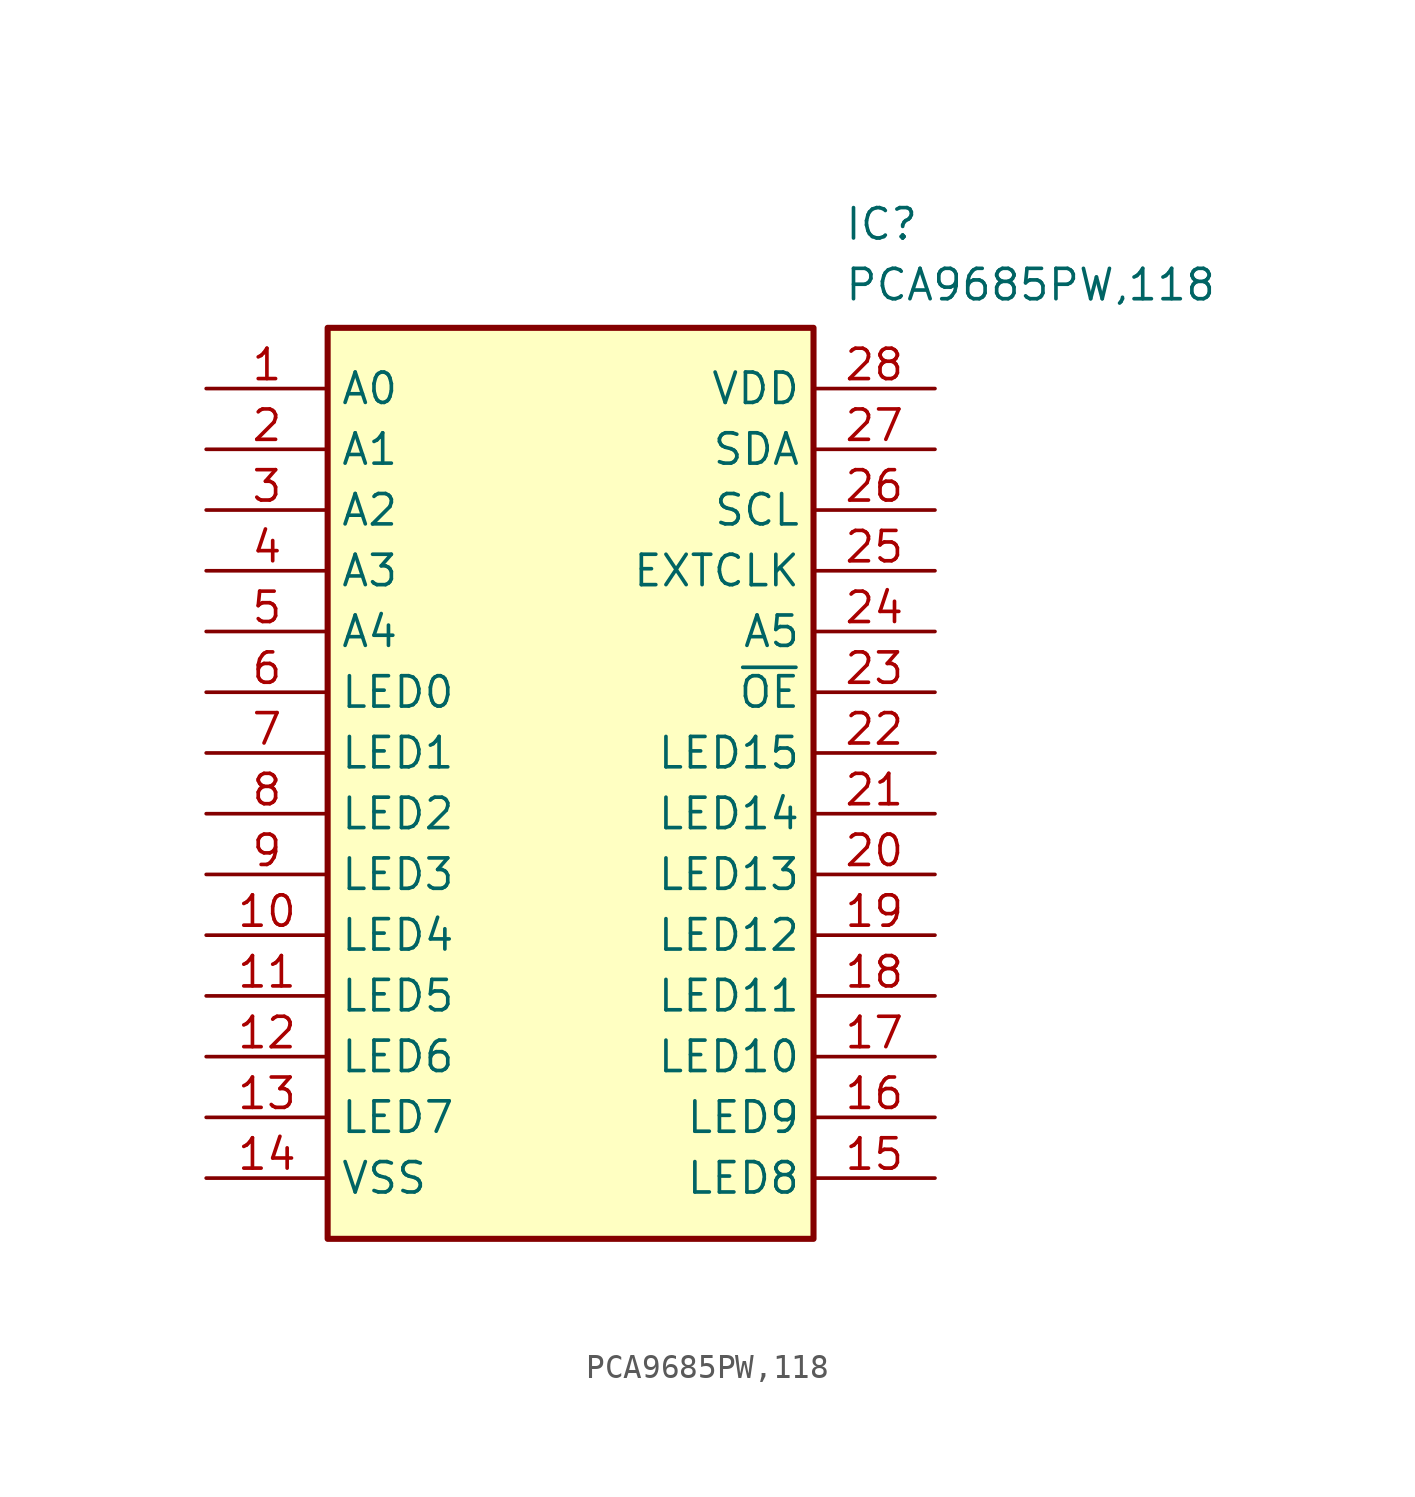
<source format=kicad_sym>
(kicad_symbol_lib
  (version 20231120)
  (generator "kicad_symbol_editor")
  (generator_version "8.0")
  (symbol "PCA9685PW,118"
    (property "Reference" "IC"
      (at 26.67 7.62 0)
      (effects (font (size 1.27 1.27)) (justify left top)))
    (property "Value" "PCA9685PW,118"
      (at 26.67 5.08 0)
      (effects (font (size 1.27 1.27)) (justify left top)))
    (symbol "PCA9685PW,118_1_1"
      (rectangle (start 5.08 2.54) (end 25.4 -35.56) (stroke (width 0.254) (type default)) (fill (type background)))
      (pin passive line (at 0 0 0) (length 5.08) (name "A0" (effects (font (size 1.27 1.27)))) (number "1" (effects (font (size 1.27 1.27)))))
      (pin passive line (at 0 -22.86 0) (length 5.08) (name "LED4" (effects (font (size 1.27 1.27)))) (number "10" (effects (font (size 1.27 1.27)))))
      (pin passive line (at 0 -25.4 0) (length 5.08) (name "LED5" (effects (font (size 1.27 1.27)))) (number "11" (effects (font (size 1.27 1.27)))))
      (pin passive line (at 0 -27.94 0) (length 5.08) (name "LED6" (effects (font (size 1.27 1.27)))) (number "12" (effects (font (size 1.27 1.27)))))
      (pin passive line (at 0 -30.48 0) (length 5.08) (name "LED7" (effects (font (size 1.27 1.27)))) (number "13" (effects (font (size 1.27 1.27)))))
      (pin passive line (at 0 -33.02 0) (length 5.08) (name "VSS" (effects (font (size 1.27 1.27)))) (number "14" (effects (font (size 1.27 1.27)))))
      (pin passive line (at 30.48 -33.02 180) (length 5.08) (name "LED8" (effects (font (size 1.27 1.27)))) (number "15" (effects (font (size 1.27 1.27)))))
      (pin passive line (at 30.48 -30.48 180) (length 5.08) (name "LED9" (effects (font (size 1.27 1.27)))) (number "16" (effects (font (size 1.27 1.27)))))
      (pin passive line (at 30.48 -27.94 180) (length 5.08) (name "LED10" (effects (font (size 1.27 1.27)))) (number "17" (effects (font (size 1.27 1.27)))))
      (pin passive line (at 30.48 -25.4 180) (length 5.08) (name "LED11" (effects (font (size 1.27 1.27)))) (number "18" (effects (font (size 1.27 1.27)))))
      (pin passive line (at 30.48 -22.86 180) (length 5.08) (name "LED12" (effects (font (size 1.27 1.27)))) (number "19" (effects (font (size 1.27 1.27)))))
      (pin passive line (at 0 -2.54 0) (length 5.08) (name "A1" (effects (font (size 1.27 1.27)))) (number "2" (effects (font (size 1.27 1.27)))))
      (pin passive line (at 30.48 -20.32 180) (length 5.08) (name "LED13" (effects (font (size 1.27 1.27)))) (number "20" (effects (font (size 1.27 1.27)))))
      (pin passive line (at 30.48 -17.78 180) (length 5.08) (name "LED14" (effects (font (size 1.27 1.27)))) (number "21" (effects (font (size 1.27 1.27)))))
      (pin passive line (at 30.48 -15.24 180) (length 5.08) (name "LED15" (effects (font (size 1.27 1.27)))) (number "22" (effects (font (size 1.27 1.27)))))
      (pin passive line (at 30.48 -12.7 180) (length 5.08) (name "~{OE}" (effects (font (size 1.27 1.27)))) (number "23" (effects (font (size 1.27 1.27)))))
      (pin passive line (at 30.48 -10.16 180) (length 5.08) (name "A5" (effects (font (size 1.27 1.27)))) (number "24" (effects (font (size 1.27 1.27)))))
      (pin passive line (at 30.48 -7.62 180) (length 5.08) (name "EXTCLK" (effects (font (size 1.27 1.27)))) (number "25" (effects (font (size 1.27 1.27)))))
      (pin passive line (at 30.48 -5.08 180) (length 5.08) (name "SCL" (effects (font (size 1.27 1.27)))) (number "26" (effects (font (size 1.27 1.27)))))
      (pin passive line (at 30.48 -2.54 180) (length 5.08) (name "SDA" (effects (font (size 1.27 1.27)))) (number "27" (effects (font (size 1.27 1.27)))))
      (pin passive line (at 30.48 0 180) (length 5.08) (name "VDD" (effects (font (size 1.27 1.27)))) (number "28" (effects (font (size 1.27 1.27)))))
      (pin passive line (at 0 -5.08 0) (length 5.08) (name "A2" (effects (font (size 1.27 1.27)))) (number "3" (effects (font (size 1.27 1.27)))))
      (pin passive line (at 0 -7.62 0) (length 5.08) (name "A3" (effects (font (size 1.27 1.27)))) (number "4" (effects (font (size 1.27 1.27)))))
      (pin passive line (at 0 -10.16 0) (length 5.08) (name "A4" (effects (font (size 1.27 1.27)))) (number "5" (effects (font (size 1.27 1.27)))))
      (pin passive line (at 0 -12.7 0) (length 5.08) (name "LED0" (effects (font (size 1.27 1.27)))) (number "6" (effects (font (size 1.27 1.27)))))
      (pin passive line (at 0 -15.24 0) (length 5.08) (name "LED1" (effects (font (size 1.27 1.27)))) (number "7" (effects (font (size 1.27 1.27)))))
      (pin passive line (at 0 -17.78 0) (length 5.08) (name "LED2" (effects (font (size 1.27 1.27)))) (number "8" (effects (font (size 1.27 1.27)))))
      (pin passive line (at 0 -20.32 0) (length 5.08) (name "LED3" (effects (font (size 1.27 1.27)))) (number "9" (effects (font (size 1.27 1.27))))))))
</source>
